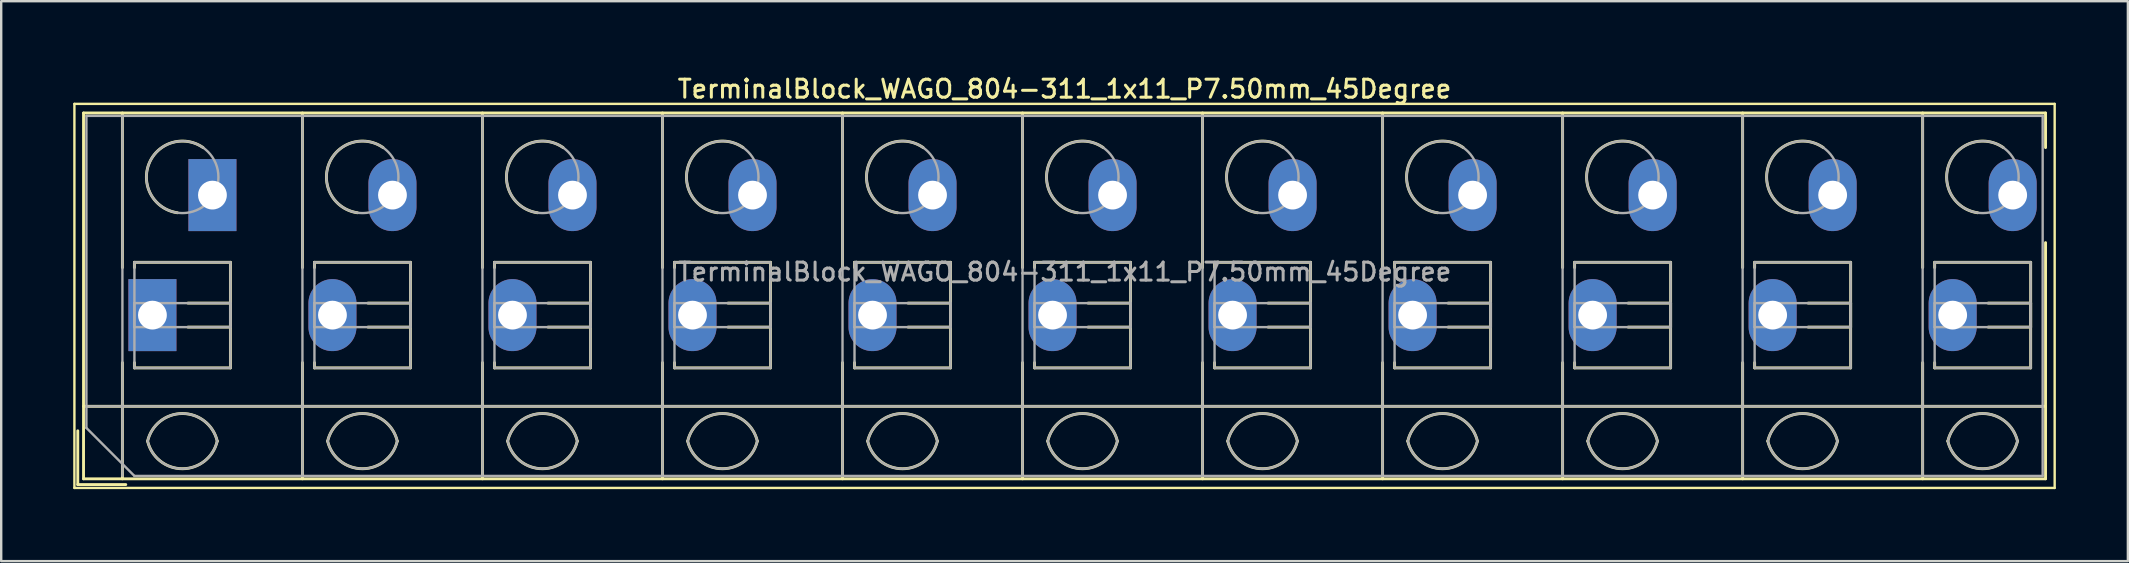
<source format=kicad_pcb>
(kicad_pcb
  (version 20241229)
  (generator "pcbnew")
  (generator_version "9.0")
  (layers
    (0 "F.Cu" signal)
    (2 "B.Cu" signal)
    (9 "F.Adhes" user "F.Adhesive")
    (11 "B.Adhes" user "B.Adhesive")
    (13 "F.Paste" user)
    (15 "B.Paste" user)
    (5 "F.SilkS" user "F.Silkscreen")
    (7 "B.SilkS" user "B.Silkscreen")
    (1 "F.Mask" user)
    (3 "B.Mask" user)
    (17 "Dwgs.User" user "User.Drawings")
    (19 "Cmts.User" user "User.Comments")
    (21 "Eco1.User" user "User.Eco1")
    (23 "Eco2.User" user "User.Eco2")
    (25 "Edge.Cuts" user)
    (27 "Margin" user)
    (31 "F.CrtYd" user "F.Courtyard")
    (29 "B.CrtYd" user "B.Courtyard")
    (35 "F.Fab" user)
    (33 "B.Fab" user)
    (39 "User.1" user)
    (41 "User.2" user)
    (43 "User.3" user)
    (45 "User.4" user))
  (footprint "TerminalBlock_WAGO_804-311_1x11_P7.50mm_45Degree"
    (layer "F.Cu")
    (at 3.3 10.078)
    (property "Reference" "TerminalBlock_WAGO_804-311_1x11_P7.50mm_45Degree" (at 38 -9.42 0) (layer "F.SilkS") (effects (font (size 0.75 0.75) (thickness 0.125))))
    (attr through_hole)
    (fp_line (start -3.25 -8.8) (end -3.25 7.2) (stroke (width 0.1) (type solid)) (layer "F.SilkS"))
    (fp_line (start -3.25 7.2) (end 79.25 7.2) (stroke (width 0.1) (type solid)) (layer "F.SilkS"))
    (fp_line (start -3.11 4.82) (end -3.11 7.06) (stroke (width 0.12) (type solid)) (layer "F.SilkS"))
    (fp_line (start -3.11 7.06) (end -1.11 7.06) (stroke (width 0.12) (type solid)) (layer "F.SilkS"))
    (fp_line (start -2.87 -8.42) (end -2.87 6.82) (stroke (width 0.12) (type solid)) (layer "F.SilkS"))
    (fp_line (start -2.87 -8.42) (end 78.87 -8.42) (stroke (width 0.12) (type solid)) (layer "F.SilkS"))
    (fp_line (start -2.87 3.8) (end 78.87 3.8) (stroke (width 0.12) (type solid)) (layer "F.SilkS"))
    (fp_line (start -2.87 6.82) (end 78.87 6.82) (stroke (width 0.12) (type solid)) (layer "F.SilkS"))
    (fp_line (start -1.25 -8.42) (end -1.25 -1.98) (stroke (width 0.12) (type solid)) (layer "F.SilkS"))
    (fp_line (start -1.25 1.98) (end -1.25 6.82) (stroke (width 0.12) (type solid)) (layer "F.SilkS"))
    (fp_line (start -0.75 -2.2) (end -0.75 -1.98) (stroke (width 0.12) (type solid)) (layer "F.SilkS"))
    (fp_line (start -0.75 -2.2) (end 3.25 -2.2) (stroke (width 0.12) (type solid)) (layer "F.SilkS"))
    (fp_line (start -0.75 1.98) (end -0.75 2.2) (stroke (width 0.12) (type solid)) (layer "F.SilkS"))
    (fp_line (start -0.75 2.2) (end 3.25 2.2) (stroke (width 0.12) (type solid)) (layer "F.SilkS"))
    (fp_line (start 1.48 -0.5) (end 3.25 -0.5) (stroke (width 0.12) (type solid)) (layer "F.SilkS"))
    (fp_line (start 1.48 0.5) (end 3.25 0.5) (stroke (width 0.12) (type solid)) (layer "F.SilkS"))
    (fp_line (start 3.25 -2.2) (end 3.25 2.2) (stroke (width 0.12) (type solid)) (layer "F.SilkS"))
    (fp_line (start 3.25 -0.5) (end 3.25 0.5) (stroke (width 0.12) (type solid)) (layer "F.SilkS"))
    (fp_line (start 6.25 -8.42) (end 6.25 -1.98) (stroke (width 0.12) (type solid)) (layer "F.SilkS"))
    (fp_line (start 6.25 1.98) (end 6.25 6.82) (stroke (width 0.12) (type solid)) (layer "F.SilkS"))
    (fp_line (start 6.75 -2.2) (end 6.75 -1.98) (stroke (width 0.12) (type solid)) (layer "F.SilkS"))
    (fp_line (start 6.75 -2.2) (end 10.75 -2.2) (stroke (width 0.12) (type solid)) (layer "F.SilkS"))
    (fp_line (start 6.75 1.98) (end 6.75 2.2) (stroke (width 0.12) (type solid)) (layer "F.SilkS"))
    (fp_line (start 6.75 2.2) (end 10.75 2.2) (stroke (width 0.12) (type solid)) (layer "F.SilkS"))
    (fp_line (start 8.98 -0.5) (end 10.75 -0.5) (stroke (width 0.12) (type solid)) (layer "F.SilkS"))
    (fp_line (start 8.98 0.5) (end 10.75 0.5) (stroke (width 0.12) (type solid)) (layer "F.SilkS"))
    (fp_line (start 10.75 -2.2) (end 10.75 2.2) (stroke (width 0.12) (type solid)) (layer "F.SilkS"))
    (fp_line (start 10.75 -0.5) (end 10.75 0.5) (stroke (width 0.12) (type solid)) (layer "F.SilkS"))
    (fp_line (start 13.75 -8.42) (end 13.75 -1.98) (stroke (width 0.12) (type solid)) (layer "F.SilkS"))
    (fp_line (start 13.75 1.98) (end 13.75 6.82) (stroke (width 0.12) (type solid)) (layer "F.SilkS"))
    (fp_line (start 14.25 -2.2) (end 14.25 -1.98) (stroke (width 0.12) (type solid)) (layer "F.SilkS"))
    (fp_line (start 14.25 -2.2) (end 18.25 -2.2) (stroke (width 0.12) (type solid)) (layer "F.SilkS"))
    (fp_line (start 14.25 1.98) (end 14.25 2.2) (stroke (width 0.12) (type solid)) (layer "F.SilkS"))
    (fp_line (start 14.25 2.2) (end 18.25 2.2) (stroke (width 0.12) (type solid)) (layer "F.SilkS"))
    (fp_line (start 16.48 -0.5) (end 18.25 -0.5) (stroke (width 0.12) (type solid)) (layer "F.SilkS"))
    (fp_line (start 16.48 0.5) (end 18.25 0.5) (stroke (width 0.12) (type solid)) (layer "F.SilkS"))
    (fp_line (start 18.25 -2.2) (end 18.25 2.2) (stroke (width 0.12) (type solid)) (layer "F.SilkS"))
    (fp_line (start 18.25 -0.5) (end 18.25 0.5) (stroke (width 0.12) (type solid)) (layer "F.SilkS"))
    (fp_line (start 21.25 -8.42) (end 21.25 -1.98) (stroke (width 0.12) (type solid)) (layer "F.SilkS"))
    (fp_line (start 21.25 1.98) (end 21.25 6.82) (stroke (width 0.12) (type solid)) (layer "F.SilkS"))
    (fp_line (start 21.75 -2.2) (end 21.75 -1.98) (stroke (width 0.12) (type solid)) (layer "F.SilkS"))
    (fp_line (start 21.75 -2.2) (end 25.75 -2.2) (stroke (width 0.12) (type solid)) (layer "F.SilkS"))
    (fp_line (start 21.75 1.98) (end 21.75 2.2) (stroke (width 0.12) (type solid)) (layer "F.SilkS"))
    (fp_line (start 21.75 2.2) (end 25.75 2.2) (stroke (width 0.12) (type solid)) (layer "F.SilkS"))
    (fp_line (start 23.98 -0.5) (end 25.75 -0.5) (stroke (width 0.12) (type solid)) (layer "F.SilkS"))
    (fp_line (start 23.98 0.5) (end 25.75 0.5) (stroke (width 0.12) (type solid)) (layer "F.SilkS"))
    (fp_line (start 25.75 -2.2) (end 25.75 2.2) (stroke (width 0.12) (type solid)) (layer "F.SilkS"))
    (fp_line (start 25.75 -0.5) (end 25.75 0.5) (stroke (width 0.12) (type solid)) (layer "F.SilkS"))
    (fp_line (start 28.75 -8.42) (end 28.75 -1.98) (stroke (width 0.12) (type solid)) (layer "F.SilkS"))
    (fp_line (start 28.75 1.98) (end 28.75 6.82) (stroke (width 0.12) (type solid)) (layer "F.SilkS"))
    (fp_line (start 29.25 -2.2) (end 29.25 -1.98) (stroke (width 0.12) (type solid)) (layer "F.SilkS"))
    (fp_line (start 29.25 -2.2) (end 33.25 -2.2) (stroke (width 0.12) (type solid)) (layer "F.SilkS"))
    (fp_line (start 29.25 1.98) (end 29.25 2.2) (stroke (width 0.12) (type solid)) (layer "F.SilkS"))
    (fp_line (start 29.25 2.2) (end 33.25 2.2) (stroke (width 0.12) (type solid)) (layer "F.SilkS"))
    (fp_line (start 31.48 -0.5) (end 33.25 -0.5) (stroke (width 0.12) (type solid)) (layer "F.SilkS"))
    (fp_line (start 31.48 0.5) (end 33.25 0.5) (stroke (width 0.12) (type solid)) (layer "F.SilkS"))
    (fp_line (start 33.25 -2.2) (end 33.25 2.2) (stroke (width 0.12) (type solid)) (layer "F.SilkS"))
    (fp_line (start 33.25 -0.5) (end 33.25 0.5) (stroke (width 0.12) (type solid)) (layer "F.SilkS"))
    (fp_line (start 36.25 -8.42) (end 36.25 -1.98) (stroke (width 0.12) (type solid)) (layer "F.SilkS"))
    (fp_line (start 36.25 1.98) (end 36.25 6.82) (stroke (width 0.12) (type solid)) (layer "F.SilkS"))
    (fp_line (start 36.75 -2.2) (end 36.75 -1.98) (stroke (width 0.12) (type solid)) (layer "F.SilkS"))
    (fp_line (start 36.75 -2.2) (end 40.75 -2.2) (stroke (width 0.12) (type solid)) (layer "F.SilkS"))
    (fp_line (start 36.75 1.98) (end 36.75 2.2) (stroke (width 0.12) (type solid)) (layer "F.SilkS"))
    (fp_line (start 36.75 2.2) (end 40.75 2.2) (stroke (width 0.12) (type solid)) (layer "F.SilkS"))
    (fp_line (start 38.98 -0.5) (end 40.75 -0.5) (stroke (width 0.12) (type solid)) (layer "F.SilkS"))
    (fp_line (start 38.98 0.5) (end 40.75 0.5) (stroke (width 0.12) (type solid)) (layer "F.SilkS"))
    (fp_line (start 40.75 -2.2) (end 40.75 2.2) (stroke (width 0.12) (type solid)) (layer "F.SilkS"))
    (fp_line (start 40.75 -0.5) (end 40.75 0.5) (stroke (width 0.12) (type solid)) (layer "F.SilkS"))
    (fp_line (start 43.75 -8.42) (end 43.75 -1.98) (stroke (width 0.12) (type solid)) (layer "F.SilkS"))
    (fp_line (start 43.75 1.98) (end 43.75 6.82) (stroke (width 0.12) (type solid)) (layer "F.SilkS"))
    (fp_line (start 44.25 -2.2) (end 44.25 -1.98) (stroke (width 0.12) (type solid)) (layer "F.SilkS"))
    (fp_line (start 44.25 -2.2) (end 48.25 -2.2) (stroke (width 0.12) (type solid)) (layer "F.SilkS"))
    (fp_line (start 44.25 1.98) (end 44.25 2.2) (stroke (width 0.12) (type solid)) (layer "F.SilkS"))
    (fp_line (start 44.25 2.2) (end 48.25 2.2) (stroke (width 0.12) (type solid)) (layer "F.SilkS"))
    (fp_line (start 46.48 -0.5) (end 48.25 -0.5) (stroke (width 0.12) (type solid)) (layer "F.SilkS"))
    (fp_line (start 46.48 0.5) (end 48.25 0.5) (stroke (width 0.12) (type solid)) (layer "F.SilkS"))
    (fp_line (start 48.25 -2.2) (end 48.25 2.2) (stroke (width 0.12) (type solid)) (layer "F.SilkS"))
    (fp_line (start 48.25 -0.5) (end 48.25 0.5) (stroke (width 0.12) (type solid)) (layer "F.SilkS"))
    (fp_line (start 51.25 -8.42) (end 51.25 -1.98) (stroke (width 0.12) (type solid)) (layer "F.SilkS"))
    (fp_line (start 51.25 1.98) (end 51.25 6.82) (stroke (width 0.12) (type solid)) (layer "F.SilkS"))
    (fp_line (start 51.75 -2.2) (end 51.75 -1.98) (stroke (width 0.12) (type solid)) (layer "F.SilkS"))
    (fp_line (start 51.75 -2.2) (end 55.75 -2.2) (stroke (width 0.12) (type solid)) (layer "F.SilkS"))
    (fp_line (start 51.75 1.98) (end 51.75 2.2) (stroke (width 0.12) (type solid)) (layer "F.SilkS"))
    (fp_line (start 51.75 2.2) (end 55.75 2.2) (stroke (width 0.12) (type solid)) (layer "F.SilkS"))
    (fp_line (start 53.98 -0.5) (end 55.75 -0.5) (stroke (width 0.12) (type solid)) (layer "F.SilkS"))
    (fp_line (start 53.98 0.5) (end 55.75 0.5) (stroke (width 0.12) (type solid)) (layer "F.SilkS"))
    (fp_line (start 55.75 -2.2) (end 55.75 2.2) (stroke (width 0.12) (type solid)) (layer "F.SilkS"))
    (fp_line (start 55.75 -0.5) (end 55.75 0.5) (stroke (width 0.12) (type solid)) (layer "F.SilkS"))
    (fp_line (start 58.75 -8.42) (end 58.75 -1.98) (stroke (width 0.12) (type solid)) (layer "F.SilkS"))
    (fp_line (start 58.75 1.98) (end 58.75 6.82) (stroke (width 0.12) (type solid)) (layer "F.SilkS"))
    (fp_line (start 59.25 -2.2) (end 59.25 -1.98) (stroke (width 0.12) (type solid)) (layer "F.SilkS"))
    (fp_line (start 59.25 -2.2) (end 63.25 -2.2) (stroke (width 0.12) (type solid)) (layer "F.SilkS"))
    (fp_line (start 59.25 1.98) (end 59.25 2.2) (stroke (width 0.12) (type solid)) (layer "F.SilkS"))
    (fp_line (start 59.25 2.2) (end 63.25 2.2) (stroke (width 0.12) (type solid)) (layer "F.SilkS"))
    (fp_line (start 61.48 -0.5) (end 63.25 -0.5) (stroke (width 0.12) (type solid)) (layer "F.SilkS"))
    (fp_line (start 61.48 0.5) (end 63.25 0.5) (stroke (width 0.12) (type solid)) (layer "F.SilkS"))
    (fp_line (start 63.25 -2.2) (end 63.25 2.2) (stroke (width 0.12) (type solid)) (layer "F.SilkS"))
    (fp_line (start 63.25 -0.5) (end 63.25 0.5) (stroke (width 0.12) (type solid)) (layer "F.SilkS"))
    (fp_line (start 66.25 -8.42) (end 66.25 -1.98) (stroke (width 0.12) (type solid)) (layer "F.SilkS"))
    (fp_line (start 66.25 1.98) (end 66.25 6.82) (stroke (width 0.12) (type solid)) (layer "F.SilkS"))
    (fp_line (start 66.75 -2.2) (end 66.75 -1.98) (stroke (width 0.12) (type solid)) (layer "F.SilkS"))
    (fp_line (start 66.75 -2.2) (end 70.75 -2.2) (stroke (width 0.12) (type solid)) (layer "F.SilkS"))
    (fp_line (start 66.75 1.98) (end 66.75 2.2) (stroke (width 0.12) (type solid)) (layer "F.SilkS"))
    (fp_line (start 66.75 2.2) (end 70.75 2.2) (stroke (width 0.12) (type solid)) (layer "F.SilkS"))
    (fp_line (start 68.98 -0.5) (end 70.75 -0.5) (stroke (width 0.12) (type solid)) (layer "F.SilkS"))
    (fp_line (start 68.98 0.5) (end 70.75 0.5) (stroke (width 0.12) (type solid)) (layer "F.SilkS"))
    (fp_line (start 70.75 -2.2) (end 70.75 2.2) (stroke (width 0.12) (type solid)) (layer "F.SilkS"))
    (fp_line (start 70.75 -0.5) (end 70.75 0.5) (stroke (width 0.12) (type solid)) (layer "F.SilkS"))
    (fp_line (start 73.75 -8.42) (end 73.75 -1.98) (stroke (width 0.12) (type solid)) (layer "F.SilkS"))
    (fp_line (start 73.75 1.98) (end 73.75 6.82) (stroke (width 0.12) (type solid)) (layer "F.SilkS"))
    (fp_line (start 74.25 -2.2) (end 74.25 -1.98) (stroke (width 0.12) (type solid)) (layer "F.SilkS"))
    (fp_line (start 74.25 -2.2) (end 78.25 -2.2) (stroke (width 0.12) (type solid)) (layer "F.SilkS"))
    (fp_line (start 74.25 1.98) (end 74.25 2.2) (stroke (width 0.12) (type solid)) (layer "F.SilkS"))
    (fp_line (start 74.25 2.2) (end 78.25 2.2) (stroke (width 0.12) (type solid)) (layer "F.SilkS"))
    (fp_line (start 76.48 -0.5) (end 78.25 -0.5) (stroke (width 0.12) (type solid)) (layer "F.SilkS"))
    (fp_line (start 76.48 0.5) (end 78.25 0.5) (stroke (width 0.12) (type solid)) (layer "F.SilkS"))
    (fp_line (start 78.25 -2.2) (end 78.25 2.2) (stroke (width 0.12) (type solid)) (layer "F.SilkS"))
    (fp_line (start 78.25 -0.5) (end 78.25 0.5) (stroke (width 0.12) (type solid)) (layer "F.SilkS"))
    (fp_line (start 78.87 -8.42) (end 78.87 -6.98) (stroke (width 0.12) (type solid)) (layer "F.SilkS"))
    (fp_line (start 78.87 -3.02) (end 78.87 6.82) (stroke (width 0.12) (type solid)) (layer "F.SilkS"))
    (fp_line (start 79.25 -8.8) (end -3.25 -8.8) (stroke (width 0.1) (type solid)) (layer "F.SilkS"))
    (fp_line (start 79.25 7.2) (end 79.25 -8.8) (stroke (width 0.1) (type solid)) (layer "F.SilkS"))
    (fp_arc (start -0.200865 5.250424) (mid 1.250296 4.099926) (end 2.701 5.251) (stroke (width 0.12) (type solid)) (layer "F.SilkS"))
    (fp_arc (start 1.040798 -4.264067) (mid -0.146039 -6.300306) (end 2.111 -6.979) (stroke (width 0.12) (type solid)) (layer "F.SilkS"))
    (fp_arc (start 2.7 5.25) (mid 1.250068 6.400101) (end -0.199969 5.250133) (stroke (width 0.12) (type solid)) (layer "F.SilkS"))
    (fp_arc (start 7.299135 5.250424) (mid 8.750296 4.099926) (end 10.201 5.251) (stroke (width 0.12) (type solid)) (layer "F.SilkS"))
    (fp_arc (start 8.540798 -4.264067) (mid 7.353961 -6.300306) (end 9.611 -6.979) (stroke (width 0.12) (type solid)) (layer "F.SilkS"))
    (fp_arc (start 10.2 5.25) (mid 8.750068 6.400101) (end 7.300031 5.250133) (stroke (width 0.12) (type solid)) (layer "F.SilkS"))
    (fp_arc (start 14.799135 5.250424) (mid 16.250296 4.099926) (end 17.701 5.251) (stroke (width 0.12) (type solid)) (layer "F.SilkS"))
    (fp_arc (start 16.040798 -4.264067) (mid 14.853961 -6.300306) (end 17.111 -6.979) (stroke (width 0.12) (type solid)) (layer "F.SilkS"))
    (fp_arc (start 17.7 5.25) (mid 16.250068 6.400101) (end 14.800031 5.250133) (stroke (width 0.12) (type solid)) (layer "F.SilkS"))
    (fp_arc (start 22.299135 5.250424) (mid 23.750296 4.099926) (end 25.201 5.251) (stroke (width 0.12) (type solid)) (layer "F.SilkS"))
    (fp_arc (start 23.540798 -4.264067) (mid 22.353961 -6.300306) (end 24.611 -6.979) (stroke (width 0.12) (type solid)) (layer "F.SilkS"))
    (fp_arc (start 25.2 5.25) (mid 23.750068 6.400101) (end 22.300031 5.250133) (stroke (width 0.12) (type solid)) (layer "F.SilkS"))
    (fp_arc (start 29.799135 5.250424) (mid 31.250296 4.099926) (end 32.701 5.251) (stroke (width 0.12) (type solid)) (layer "F.SilkS"))
    (fp_arc (start 31.040798 -4.264067) (mid 29.853961 -6.300306) (end 32.111 -6.979) (stroke (width 0.12) (type solid)) (layer "F.SilkS"))
    (fp_arc (start 32.701 5.25) (mid 31.250296 6.401074) (end 29.799135 5.250576) (stroke (width 0.12) (type solid)) (layer "F.SilkS"))
    (fp_arc (start 37.299135 5.250424) (mid 38.750296 4.099926) (end 40.201 5.251) (stroke (width 0.12) (type solid)) (layer "F.SilkS"))
    (fp_arc (start 38.540798 -4.264067) (mid 37.353961 -6.300306) (end 39.611 -6.979) (stroke (width 0.12) (type solid)) (layer "F.SilkS"))
    (fp_arc (start 40.2 5.25) (mid 38.750068 6.400101) (end 37.300031 5.250133) (stroke (width 0.12) (type solid)) (layer "F.SilkS"))
    (fp_arc (start 44.799135 5.250424) (mid 46.250296 4.099926) (end 47.701 5.251) (stroke (width 0.12) (type solid)) (layer "F.SilkS"))
    (fp_arc (start 46.040798 -4.264067) (mid 44.853961 -6.300306) (end 47.111 -6.979) (stroke (width 0.12) (type solid)) (layer "F.SilkS"))
    (fp_arc (start 47.7 5.25) (mid 46.250068 6.400101) (end 44.800031 5.250133) (stroke (width 0.12) (type solid)) (layer "F.SilkS"))
    (fp_arc (start 52.299135 5.250424) (mid 53.750296 4.099926) (end 55.201 5.251) (stroke (width 0.12) (type solid)) (layer "F.SilkS"))
    (fp_arc (start 53.540798 -4.264067) (mid 52.353961 -6.300306) (end 54.611 -6.979) (stroke (width 0.12) (type solid)) (layer "F.SilkS"))
    (fp_arc (start 55.2 5.25) (mid 53.750068 6.400101) (end 52.300031 5.250133) (stroke (width 0.12) (type solid)) (layer "F.SilkS"))
    (fp_arc (start 59.799135 5.250424) (mid 61.250296 4.099926) (end 62.701 5.251) (stroke (width 0.12) (type solid)) (layer "F.SilkS"))
    (fp_arc (start 61.040798 -4.264067) (mid 59.853961 -6.300306) (end 62.111 -6.979) (stroke (width 0.12) (type solid)) (layer "F.SilkS"))
    (fp_arc (start 62.7 5.25) (mid 61.250068 6.400101) (end 59.800031 5.250133) (stroke (width 0.12) (type solid)) (layer "F.SilkS"))
    (fp_arc (start 67.299135 5.250424) (mid 68.750296 4.099926) (end 70.201 5.251) (stroke (width 0.12) (type solid)) (layer "F.SilkS"))
    (fp_arc (start 68.540798 -4.264067) (mid 67.353961 -6.300306) (end 69.611 -6.979) (stroke (width 0.12) (type solid)) (layer "F.SilkS"))
    (fp_arc (start 70.2 5.25) (mid 68.750068 6.400101) (end 67.300031 5.250133) (stroke (width 0.12) (type solid)) (layer "F.SilkS"))
    (fp_arc (start 74.799135 5.250424) (mid 76.250296 4.099926) (end 77.701 5.251) (stroke (width 0.12) (type solid)) (layer "F.SilkS"))
    (fp_arc (start 76.040798 -4.264067) (mid 74.853961 -6.300306) (end 77.111 -6.979) (stroke (width 0.12) (type solid)) (layer "F.SilkS"))
    (fp_arc (start 77.7 5.25) (mid 76.250068 6.400101) (end 74.800031 5.250133) (stroke (width 0.12) (type solid)) (layer "F.SilkS"))
    (fp_line (start -2.75 -8.3) (end 78.75 -8.3) (stroke (width 0.1) (type solid)) (layer "F.Fab"))
    (fp_line (start -2.75 3.8) (end 78.75 3.8) (stroke (width 0.1) (type solid)) (layer "F.Fab"))
    (fp_line (start -2.75 4.7) (end -2.75 -8.3) (stroke (width 0.1) (type solid)) (layer "F.Fab"))
    (fp_line (start -1.25 -8.3) (end -1.25 6.7) (stroke (width 0.1) (type solid)) (layer "F.Fab"))
    (fp_line (start -0.75 -2.2) (end -0.75 2.2) (stroke (width 0.1) (type solid)) (layer "F.Fab"))
    (fp_line (start -0.75 -0.5) (end -0.75 0.5) (stroke (width 0.1) (type solid)) (layer "F.Fab"))
    (fp_line (start -0.75 0.5) (end 3.25 0.5) (stroke (width 0.1) (type solid)) (layer "F.Fab"))
    (fp_line (start -0.75 2.2) (end 3.25 2.2) (stroke (width 0.1) (type solid)) (layer "F.Fab"))
    (fp_line (start -0.75 6.7) (end -2.75 4.7) (stroke (width 0.1) (type solid)) (layer "F.Fab"))
    (fp_line (start 3.25 -2.2) (end -0.75 -2.2) (stroke (width 0.1) (type solid)) (layer "F.Fab"))
    (fp_line (start 3.25 -0.5) (end -0.75 -0.5) (stroke (width 0.1) (type solid)) (layer "F.Fab"))
    (fp_line (start 3.25 0.5) (end 3.25 -0.5) (stroke (width 0.1) (type solid)) (layer "F.Fab"))
    (fp_line (start 3.25 2.2) (end 3.25 -2.2) (stroke (width 0.1) (type solid)) (layer "F.Fab"))
    (fp_line (start 6.25 -8.3) (end 6.25 6.7) (stroke (width 0.1) (type solid)) (layer "F.Fab"))
    (fp_line (start 6.75 -2.2) (end 6.75 2.2) (stroke (width 0.1) (type solid)) (layer "F.Fab"))
    (fp_line (start 6.75 -0.5) (end 6.75 0.5) (stroke (width 0.1) (type solid)) (layer "F.Fab"))
    (fp_line (start 6.75 0.5) (end 10.75 0.5) (stroke (width 0.1) (type solid)) (layer "F.Fab"))
    (fp_line (start 6.75 2.2) (end 10.75 2.2) (stroke (width 0.1) (type solid)) (layer "F.Fab"))
    (fp_line (start 10.75 -2.2) (end 6.75 -2.2) (stroke (width 0.1) (type solid)) (layer "F.Fab"))
    (fp_line (start 10.75 -0.5) (end 6.75 -0.5) (stroke (width 0.1) (type solid)) (layer "F.Fab"))
    (fp_line (start 10.75 0.5) (end 10.75 -0.5) (stroke (width 0.1) (type solid)) (layer "F.Fab"))
    (fp_line (start 10.75 2.2) (end 10.75 -2.2) (stroke (width 0.1) (type solid)) (layer "F.Fab"))
    (fp_line (start 13.75 -8.3) (end 13.75 6.7) (stroke (width 0.1) (type solid)) (layer "F.Fab"))
    (fp_line (start 14.25 -2.2) (end 14.25 2.2) (stroke (width 0.1) (type solid)) (layer "F.Fab"))
    (fp_line (start 14.25 -0.5) (end 14.25 0.5) (stroke (width 0.1) (type solid)) (layer "F.Fab"))
    (fp_line (start 14.25 0.5) (end 18.25 0.5) (stroke (width 0.1) (type solid)) (layer "F.Fab"))
    (fp_line (start 14.25 2.2) (end 18.25 2.2) (stroke (width 0.1) (type solid)) (layer "F.Fab"))
    (fp_line (start 18.25 -2.2) (end 14.25 -2.2) (stroke (width 0.1) (type solid)) (layer "F.Fab"))
    (fp_line (start 18.25 -0.5) (end 14.25 -0.5) (stroke (width 0.1) (type solid)) (layer "F.Fab"))
    (fp_line (start 18.25 0.5) (end 18.25 -0.5) (stroke (width 0.1) (type solid)) (layer "F.Fab"))
    (fp_line (start 18.25 2.2) (end 18.25 -2.2) (stroke (width 0.1) (type solid)) (layer "F.Fab"))
    (fp_line (start 21.25 -8.3) (end 21.25 6.7) (stroke (width 0.1) (type solid)) (layer "F.Fab"))
    (fp_line (start 21.75 -2.2) (end 21.75 2.2) (stroke (width 0.1) (type solid)) (layer "F.Fab"))
    (fp_line (start 21.75 -0.5) (end 21.75 0.5) (stroke (width 0.1) (type solid)) (layer "F.Fab"))
    (fp_line (start 21.75 0.5) (end 25.75 0.5) (stroke (width 0.1) (type solid)) (layer "F.Fab"))
    (fp_line (start 21.75 2.2) (end 25.75 2.2) (stroke (width 0.1) (type solid)) (layer "F.Fab"))
    (fp_line (start 25.75 -2.2) (end 21.75 -2.2) (stroke (width 0.1) (type solid)) (layer "F.Fab"))
    (fp_line (start 25.75 -0.5) (end 21.75 -0.5) (stroke (width 0.1) (type solid)) (layer "F.Fab"))
    (fp_line (start 25.75 0.5) (end 25.75 -0.5) (stroke (width 0.1) (type solid)) (layer "F.Fab"))
    (fp_line (start 25.75 2.2) (end 25.75 -2.2) (stroke (width 0.1) (type solid)) (layer "F.Fab"))
    (fp_line (start 28.75 -8.3) (end 28.75 6.7) (stroke (width 0.1) (type solid)) (layer "F.Fab"))
    (fp_line (start 29.25 -2.2) (end 29.25 2.2) (stroke (width 0.1) (type solid)) (layer "F.Fab"))
    (fp_line (start 29.25 -0.5) (end 29.25 0.5) (stroke (width 0.1) (type solid)) (layer "F.Fab"))
    (fp_line (start 29.25 0.5) (end 33.25 0.5) (stroke (width 0.1) (type solid)) (layer "F.Fab"))
    (fp_line (start 29.25 2.2) (end 33.25 2.2) (stroke (width 0.1) (type solid)) (layer "F.Fab"))
    (fp_line (start 33.25 -2.2) (end 29.25 -2.2) (stroke (width 0.1) (type solid)) (layer "F.Fab"))
    (fp_line (start 33.25 -0.5) (end 29.25 -0.5) (stroke (width 0.1) (type solid)) (layer "F.Fab"))
    (fp_line (start 33.25 0.5) (end 33.25 -0.5) (stroke (width 0.1) (type solid)) (layer "F.Fab"))
    (fp_line (start 33.25 2.2) (end 33.25 -2.2) (stroke (width 0.1) (type solid)) (layer "F.Fab"))
    (fp_line (start 36.25 -8.3) (end 36.25 6.7) (stroke (width 0.1) (type solid)) (layer "F.Fab"))
    (fp_line (start 36.75 -2.2) (end 36.75 2.2) (stroke (width 0.1) (type solid)) (layer "F.Fab"))
    (fp_line (start 36.75 -0.5) (end 36.75 0.5) (stroke (width 0.1) (type solid)) (layer "F.Fab"))
    (fp_line (start 36.75 0.5) (end 40.75 0.5) (stroke (width 0.1) (type solid)) (layer "F.Fab"))
    (fp_line (start 36.75 2.2) (end 40.75 2.2) (stroke (width 0.1) (type solid)) (layer "F.Fab"))
    (fp_line (start 40.75 -2.2) (end 36.75 -2.2) (stroke (width 0.1) (type solid)) (layer "F.Fab"))
    (fp_line (start 40.75 -0.5) (end 36.75 -0.5) (stroke (width 0.1) (type solid)) (layer "F.Fab"))
    (fp_line (start 40.75 0.5) (end 40.75 -0.5) (stroke (width 0.1) (type solid)) (layer "F.Fab"))
    (fp_line (start 40.75 2.2) (end 40.75 -2.2) (stroke (width 0.1) (type solid)) (layer "F.Fab"))
    (fp_line (start 43.75 -8.3) (end 43.75 6.7) (stroke (width 0.1) (type solid)) (layer "F.Fab"))
    (fp_line (start 44.25 -2.2) (end 44.25 2.2) (stroke (width 0.1) (type solid)) (layer "F.Fab"))
    (fp_line (start 44.25 -0.5) (end 44.25 0.5) (stroke (width 0.1) (type solid)) (layer "F.Fab"))
    (fp_line (start 44.25 0.5) (end 48.25 0.5) (stroke (width 0.1) (type solid)) (layer "F.Fab"))
    (fp_line (start 44.25 2.2) (end 48.25 2.2) (stroke (width 0.1) (type solid)) (layer "F.Fab"))
    (fp_line (start 48.25 -2.2) (end 44.25 -2.2) (stroke (width 0.1) (type solid)) (layer "F.Fab"))
    (fp_line (start 48.25 -0.5) (end 44.25 -0.5) (stroke (width 0.1) (type solid)) (layer "F.Fab"))
    (fp_line (start 48.25 0.5) (end 48.25 -0.5) (stroke (width 0.1) (type solid)) (layer "F.Fab"))
    (fp_line (start 48.25 2.2) (end 48.25 -2.2) (stroke (width 0.1) (type solid)) (layer "F.Fab"))
    (fp_line (start 51.25 -8.3) (end 51.25 6.7) (stroke (width 0.1) (type solid)) (layer "F.Fab"))
    (fp_line (start 51.75 -2.2) (end 51.75 2.2) (stroke (width 0.1) (type solid)) (layer "F.Fab"))
    (fp_line (start 51.75 -0.5) (end 51.75 0.5) (stroke (width 0.1) (type solid)) (layer "F.Fab"))
    (fp_line (start 51.75 0.5) (end 55.75 0.5) (stroke (width 0.1) (type solid)) (layer "F.Fab"))
    (fp_line (start 51.75 2.2) (end 55.75 2.2) (stroke (width 0.1) (type solid)) (layer "F.Fab"))
    (fp_line (start 55.75 -2.2) (end 51.75 -2.2) (stroke (width 0.1) (type solid)) (layer "F.Fab"))
    (fp_line (start 55.75 -0.5) (end 51.75 -0.5) (stroke (width 0.1) (type solid)) (layer "F.Fab"))
    (fp_line (start 55.75 0.5) (end 55.75 -0.5) (stroke (width 0.1) (type solid)) (layer "F.Fab"))
    (fp_line (start 55.75 2.2) (end 55.75 -2.2) (stroke (width 0.1) (type solid)) (layer "F.Fab"))
    (fp_line (start 58.75 -8.3) (end 58.75 6.7) (stroke (width 0.1) (type solid)) (layer "F.Fab"))
    (fp_line (start 59.25 -2.2) (end 59.25 2.2) (stroke (width 0.1) (type solid)) (layer "F.Fab"))
    (fp_line (start 59.25 -0.5) (end 59.25 0.5) (stroke (width 0.1) (type solid)) (layer "F.Fab"))
    (fp_line (start 59.25 0.5) (end 63.25 0.5) (stroke (width 0.1) (type solid)) (layer "F.Fab"))
    (fp_line (start 59.25 2.2) (end 63.25 2.2) (stroke (width 0.1) (type solid)) (layer "F.Fab"))
    (fp_line (start 63.25 -2.2) (end 59.25 -2.2) (stroke (width 0.1) (type solid)) (layer "F.Fab"))
    (fp_line (start 63.25 -0.5) (end 59.25 -0.5) (stroke (width 0.1) (type solid)) (layer "F.Fab"))
    (fp_line (start 63.25 0.5) (end 63.25 -0.5) (stroke (width 0.1) (type solid)) (layer "F.Fab"))
    (fp_line (start 63.25 2.2) (end 63.25 -2.2) (stroke (width 0.1) (type solid)) (layer "F.Fab"))
    (fp_line (start 66.25 -8.3) (end 66.25 6.7) (stroke (width 0.1) (type solid)) (layer "F.Fab"))
    (fp_line (start 66.75 -2.2) (end 66.75 2.2) (stroke (width 0.1) (type solid)) (layer "F.Fab"))
    (fp_line (start 66.75 -0.5) (end 66.75 0.5) (stroke (width 0.1) (type solid)) (layer "F.Fab"))
    (fp_line (start 66.75 0.5) (end 70.75 0.5) (stroke (width 0.1) (type solid)) (layer "F.Fab"))
    (fp_line (start 66.75 2.2) (end 70.75 2.2) (stroke (width 0.1) (type solid)) (layer "F.Fab"))
    (fp_line (start 70.75 -2.2) (end 66.75 -2.2) (stroke (width 0.1) (type solid)) (layer "F.Fab"))
    (fp_line (start 70.75 -0.5) (end 66.75 -0.5) (stroke (width 0.1) (type solid)) (layer "F.Fab"))
    (fp_line (start 70.75 0.5) (end 70.75 -0.5) (stroke (width 0.1) (type solid)) (layer "F.Fab"))
    (fp_line (start 70.75 2.2) (end 70.75 -2.2) (stroke (width 0.1) (type solid)) (layer "F.Fab"))
    (fp_line (start 73.75 -8.3) (end 73.75 6.7) (stroke (width 0.1) (type solid)) (layer "F.Fab"))
    (fp_line (start 74.25 -2.2) (end 74.25 2.2) (stroke (width 0.1) (type solid)) (layer "F.Fab"))
    (fp_line (start 74.25 -0.5) (end 74.25 0.5) (stroke (width 0.1) (type solid)) (layer "F.Fab"))
    (fp_line (start 74.25 0.5) (end 78.25 0.5) (stroke (width 0.1) (type solid)) (layer "F.Fab"))
    (fp_line (start 74.25 2.2) (end 78.25 2.2) (stroke (width 0.1) (type solid)) (layer "F.Fab"))
    (fp_line (start 78.25 -2.2) (end 74.25 -2.2) (stroke (width 0.1) (type solid)) (layer "F.Fab"))
    (fp_line (start 78.25 -0.5) (end 74.25 -0.5) (stroke (width 0.1) (type solid)) (layer "F.Fab"))
    (fp_line (start 78.25 0.5) (end 78.25 -0.5) (stroke (width 0.1) (type solid)) (layer "F.Fab"))
    (fp_line (start 78.25 2.2) (end 78.25 -2.2) (stroke (width 0.1) (type solid)) (layer "F.Fab"))
    (fp_line (start 78.75 -8.3) (end 78.75 6.7) (stroke (width 0.1) (type solid)) (layer "F.Fab"))
    (fp_line (start 78.75 6.7) (end -0.75 6.7) (stroke (width 0.1) (type solid)) (layer "F.Fab"))
    (fp_arc (start -0.200865 5.250424) (mid 1.250296 4.099926) (end 2.701 5.251) (stroke (width 0.1) (type solid)) (layer "F.Fab"))
    (fp_arc (start 2.7 5.25) (mid 1.250068 6.400101) (end -0.199969 5.250133) (stroke (width 0.1) (type solid)) (layer "F.Fab"))
    (fp_arc (start 7.299135 5.250424) (mid 8.750296 4.099926) (end 10.201 5.251) (stroke (width 0.1) (type solid)) (layer "F.Fab"))
    (fp_arc (start 10.2 5.25) (mid 8.750068 6.400101) (end 7.300031 5.250133) (stroke (width 0.1) (type solid)) (layer "F.Fab"))
    (fp_arc (start 14.799135 5.250424) (mid 16.250296 4.099926) (end 17.701 5.251) (stroke (width 0.1) (type solid)) (layer "F.Fab"))
    (fp_arc (start 17.7 5.25) (mid 16.250068 6.400101) (end 14.800031 5.250133) (stroke (width 0.1) (type solid)) (layer "F.Fab"))
    (fp_arc (start 22.299135 5.250424) (mid 23.750296 4.099926) (end 25.201 5.251) (stroke (width 0.1) (type solid)) (layer "F.Fab"))
    (fp_arc (start 25.2 5.25) (mid 23.750068 6.400101) (end 22.300031 5.250133) (stroke (width 0.1) (type solid)) (layer "F.Fab"))
    (fp_arc (start 29.799135 5.250424) (mid 31.250296 4.099926) (end 32.701 5.251) (stroke (width 0.1) (type solid)) (layer "F.Fab"))
    (fp_arc (start 32.701 5.25) (mid 31.250296 6.401074) (end 29.799135 5.250576) (stroke (width 0.1) (type solid)) (layer "F.Fab"))
    (fp_arc (start 37.299135 5.250424) (mid 38.750296 4.099926) (end 40.201 5.251) (stroke (width 0.1) (type solid)) (layer "F.Fab"))
    (fp_arc (start 40.2 5.25) (mid 38.750068 6.400101) (end 37.300031 5.250133) (stroke (width 0.1) (type solid)) (layer "F.Fab"))
    (fp_arc (start 44.799135 5.250424) (mid 46.250296 4.099926) (end 47.701 5.251) (stroke (width 0.1) (type solid)) (layer "F.Fab"))
    (fp_arc (start 47.7 5.25) (mid 46.250068 6.400101) (end 44.800031 5.250133) (stroke (width 0.1) (type solid)) (layer "F.Fab"))
    (fp_arc (start 52.299135 5.250424) (mid 53.750296 4.099926) (end 55.201 5.251) (stroke (width 0.1) (type solid)) (layer "F.Fab"))
    (fp_arc (start 55.2 5.25) (mid 53.750068 6.400101) (end 52.300031 5.250133) (stroke (width 0.1) (type solid)) (layer "F.Fab"))
    (fp_arc (start 59.799135 5.250424) (mid 61.250296 4.099926) (end 62.701 5.251) (stroke (width 0.1) (type solid)) (layer "F.Fab"))
    (fp_arc (start 62.7 5.25) (mid 61.250068 6.400101) (end 59.800031 5.250133) (stroke (width 0.1) (type solid)) (layer "F.Fab"))
    (fp_arc (start 67.299135 5.250424) (mid 68.750296 4.099926) (end 70.201 5.251) (stroke (width 0.1) (type solid)) (layer "F.Fab"))
    (fp_arc (start 70.2 5.25) (mid 68.750068 6.400101) (end 67.300031 5.250133) (stroke (width 0.1) (type solid)) (layer "F.Fab"))
    (fp_arc (start 74.799135 5.250424) (mid 76.250296 4.099926) (end 77.701 5.251) (stroke (width 0.1) (type solid)) (layer "F.Fab"))
    (fp_arc (start 77.7 5.25) (mid 76.250068 6.400101) (end 74.800031 5.250133) (stroke (width 0.1) (type solid)) (layer "F.Fab"))
    (fp_circle (center 1.25 -5.75) (end 2.75 -5.75) (stroke (width 0.1) (type solid)) (fill no) (layer "F.Fab"))
    (fp_circle (center 8.75 -5.75) (end 10.25 -5.75) (stroke (width 0.1) (type solid)) (fill no) (layer "F.Fab"))
    (fp_circle (center 16.25 -5.75) (end 17.75 -5.75) (stroke (width 0.1) (type solid)) (fill no) (layer "F.Fab"))
    (fp_circle (center 23.75 -5.75) (end 25.25 -5.75) (stroke (width 0.1) (type solid)) (fill no) (layer "F.Fab"))
    (fp_circle (center 31.25 -5.75) (end 32.75 -5.75) (stroke (width 0.1) (type solid)) (fill no) (layer "F.Fab"))
    (fp_circle (center 38.75 -5.75) (end 40.25 -5.75) (stroke (width 0.1) (type solid)) (fill no) (layer "F.Fab"))
    (fp_circle (center 46.25 -5.75) (end 47.75 -5.75) (stroke (width 0.1) (type solid)) (fill no) (layer "F.Fab"))
    (fp_circle (center 53.75 -5.75) (end 55.25 -5.75) (stroke (width 0.1) (type solid)) (fill no) (layer "F.Fab"))
    (fp_circle (center 61.25 -5.75) (end 62.75 -5.75) (stroke (width 0.1) (type solid)) (fill no) (layer "F.Fab"))
    (fp_circle (center 68.75 -5.75) (end 70.25 -5.75) (stroke (width 0.1) (type solid)) (fill no) (layer "F.Fab"))
    (fp_circle (center 76.25 -5.75) (end 77.75 -5.75) (stroke (width 0.1) (type solid)) (fill no) (layer "F.Fab"))
    (fp_text user "${REFERENCE}" (at 38 -1.8 0) (layer "F.Fab") (effects (font (size 0.75 0.75) (thickness 0.125))))
    (pad "1" thru_hole rect (at 0 0) (size 2 3) (drill 1.2) (layers "*.Cu" "*.Mask"))
    (pad "1" thru_hole rect (at 2.5 -5) (size 2 3) (drill 1.2) (layers "*.Cu" "*.Mask"))
    (pad "2" thru_hole oval (at 7.5 0) (size 2 3) (drill 1.2) (layers "*.Cu" "*.Mask"))
    (pad "2" thru_hole oval (at 10 -5) (size 2 3) (drill 1.2) (layers "*.Cu" "*.Mask"))
    (pad "3" thru_hole oval (at 15 0) (size 2 3) (drill 1.2) (layers "*.Cu" "*.Mask"))
    (pad "3" thru_hole oval (at 17.5 -5) (size 2 3) (drill 1.2) (layers "*.Cu" "*.Mask"))
    (pad "4" thru_hole oval (at 22.5 0) (size 2 3) (drill 1.2) (layers "*.Cu" "*.Mask"))
    (pad "4" thru_hole oval (at 25 -5) (size 2 3) (drill 1.2) (layers "*.Cu" "*.Mask"))
    (pad "5" thru_hole oval (at 30 0) (size 2 3) (drill 1.2) (layers "*.Cu" "*.Mask"))
    (pad "5" thru_hole oval (at 32.5 -5) (size 2 3) (drill 1.2) (layers "*.Cu" "*.Mask"))
    (pad "6" thru_hole oval (at 37.5 0) (size 2 3) (drill 1.2) (layers "*.Cu" "*.Mask"))
    (pad "6" thru_hole oval (at 40 -5) (size 2 3) (drill 1.2) (layers "*.Cu" "*.Mask"))
    (pad "7" thru_hole oval (at 45 0) (size 2 3) (drill 1.2) (layers "*.Cu" "*.Mask"))
    (pad "7" thru_hole oval (at 47.5 -5) (size 2 3) (drill 1.2) (layers "*.Cu" "*.Mask"))
    (pad "8" thru_hole oval (at 52.5 0) (size 2 3) (drill 1.2) (layers "*.Cu" "*.Mask"))
    (pad "8" thru_hole oval (at 55 -5) (size 2 3) (drill 1.2) (layers "*.Cu" "*.Mask"))
    (pad "9" thru_hole oval (at 60 0) (size 2 3) (drill 1.2) (layers "*.Cu" "*.Mask"))
    (pad "9" thru_hole oval (at 62.5 -5) (size 2 3) (drill 1.2) (layers "*.Cu" "*.Mask"))
    (pad "10" thru_hole oval (at 67.5 0) (size 2 3) (drill 1.2) (layers "*.Cu" "*.Mask"))
    (pad "10" thru_hole oval (at 70 -5) (size 2 3) (drill 1.2) (layers "*.Cu" "*.Mask"))
    (pad "11" thru_hole oval (at 75 0) (size 2 3) (drill 1.2) (layers "*.Cu" "*.Mask"))
    (pad "11" thru_hole oval (at 77.5 -5) (size 2 3) (drill 1.2) (layers "*.Cu" "*.Mask")))
  (gr_rect
    (start -3 -3)
    (end 85.6 20.328)
    (stroke (width 0.1) (type default))
    (fill no)
    (layer "Edge.Cuts")))
</source>
